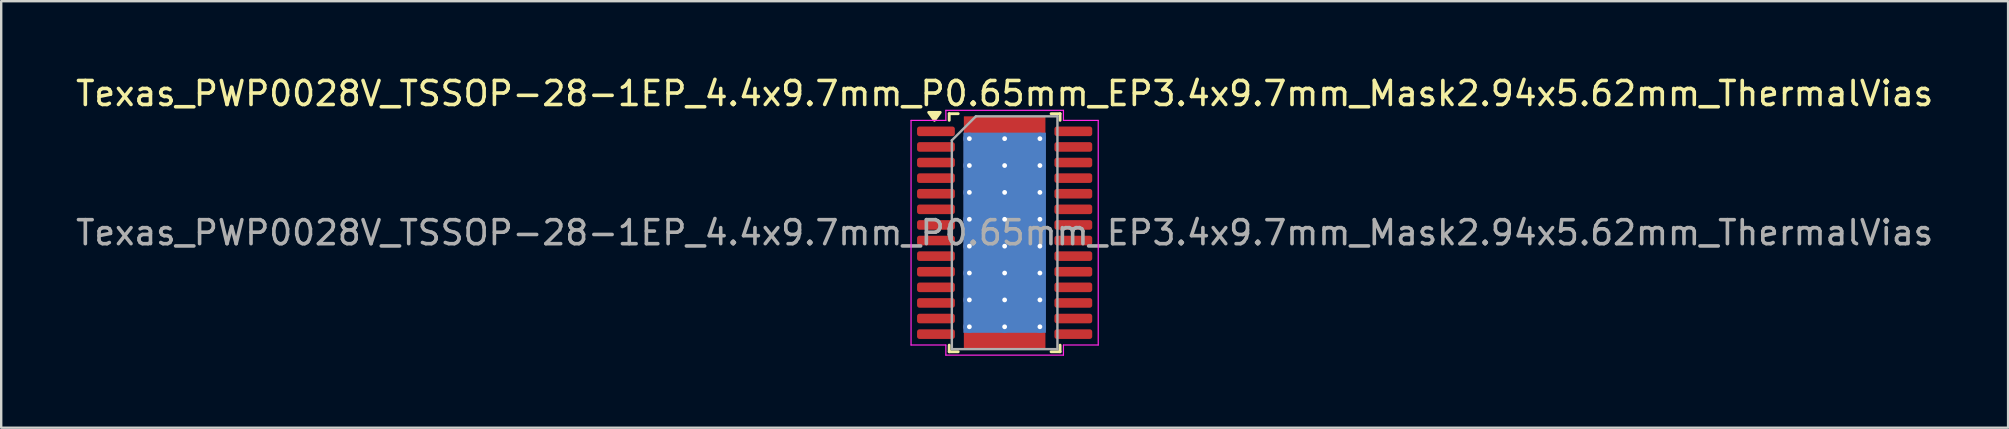
<source format=kicad_pcb>
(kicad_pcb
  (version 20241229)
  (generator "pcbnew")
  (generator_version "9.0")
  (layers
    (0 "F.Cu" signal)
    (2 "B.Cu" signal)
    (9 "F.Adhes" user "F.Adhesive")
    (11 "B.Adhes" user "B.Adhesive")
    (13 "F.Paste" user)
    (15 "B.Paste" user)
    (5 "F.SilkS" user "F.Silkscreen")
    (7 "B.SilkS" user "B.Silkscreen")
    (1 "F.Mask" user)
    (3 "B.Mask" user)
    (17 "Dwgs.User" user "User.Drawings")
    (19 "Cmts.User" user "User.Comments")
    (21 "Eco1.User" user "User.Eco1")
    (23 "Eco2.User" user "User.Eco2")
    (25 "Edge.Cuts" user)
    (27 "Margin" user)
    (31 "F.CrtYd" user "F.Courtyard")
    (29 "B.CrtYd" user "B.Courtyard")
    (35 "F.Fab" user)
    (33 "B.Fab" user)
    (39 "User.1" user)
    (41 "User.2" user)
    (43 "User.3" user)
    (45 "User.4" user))
  (footprint "Texas_PWP0028V_TSSOP-28-1EP_4.4x9.7mm_P0.65mm_EP3.4x9.7mm_Mask2.94x5.62mm_ThermalVias"
    (layer "F.Cu")
    (at 38.815 6.648)
    (property "Reference" "Texas_PWP0028V_TSSOP-28-1EP_4.4x9.7mm_P0.65mm_EP3.4x9.7mm_Mask2.94x5.62mm_ThermalVias" (at 0 -5.8 0) (layer "F.SilkS") (effects (font (size 1 1) (thickness 0.15))))
    (attr smd)
    (fp_line (start -2.31 -4.96) (end -2.31 -4.685) (stroke (width 0.12) (type solid)) (layer "F.SilkS"))
    (fp_line (start -2.31 4.96) (end -2.31 4.685) (stroke (width 0.12) (type solid)) (layer "F.SilkS"))
    (fp_line (start -1.936 -4.96) (end -2.31 -4.96) (stroke (width 0.12) (type solid)) (layer "F.SilkS"))
    (fp_line (start -1.936 4.96) (end -2.31 4.96) (stroke (width 0.12) (type solid)) (layer "F.SilkS"))
    (fp_line (start 1.936 -4.96) (end 2.31 -4.96) (stroke (width 0.12) (type solid)) (layer "F.SilkS"))
    (fp_line (start 1.936 4.96) (end 2.31 4.96) (stroke (width 0.12) (type solid)) (layer "F.SilkS"))
    (fp_line (start 2.31 -4.96) (end 2.31 -4.685) (stroke (width 0.12) (type solid)) (layer "F.SilkS"))
    (fp_line (start 2.31 4.96) (end 2.31 4.685) (stroke (width 0.12) (type solid)) (layer "F.SilkS"))
    (fp_poly (pts (xy -2.925 -4.685) (xy -3.165 -5.015) (xy -2.685 -5.015)) (stroke (width 0.12) (type solid)) (fill yes) (layer "F.SilkS"))
    (fp_line (start -3.9 -4.68) (end -2.45 -4.68) (stroke (width 0.05) (type solid)) (layer "F.CrtYd"))
    (fp_line (start -3.9 4.68) (end -3.9 -4.68) (stroke (width 0.05) (type solid)) (layer "F.CrtYd"))
    (fp_line (start -2.45 -5.1) (end 2.45 -5.1) (stroke (width 0.05) (type solid)) (layer "F.CrtYd"))
    (fp_line (start -2.45 -4.68) (end -2.45 -5.1) (stroke (width 0.05) (type solid)) (layer "F.CrtYd"))
    (fp_line (start -2.45 4.68) (end -3.9 4.68) (stroke (width 0.05) (type solid)) (layer "F.CrtYd"))
    (fp_line (start -2.45 5.1) (end -2.45 4.68) (stroke (width 0.05) (type solid)) (layer "F.CrtYd"))
    (fp_line (start 2.45 -5.1) (end 2.45 -4.68) (stroke (width 0.05) (type solid)) (layer "F.CrtYd"))
    (fp_line (start 2.45 -4.68) (end 3.9 -4.68) (stroke (width 0.05) (type solid)) (layer "F.CrtYd"))
    (fp_line (start 2.45 4.68) (end 2.45 5.1) (stroke (width 0.05) (type solid)) (layer "F.CrtYd"))
    (fp_line (start 2.45 5.1) (end -2.45 5.1) (stroke (width 0.05) (type solid)) (layer "F.CrtYd"))
    (fp_line (start 3.9 -4.68) (end 3.9 4.68) (stroke (width 0.05) (type solid)) (layer "F.CrtYd"))
    (fp_line (start 3.9 4.68) (end 2.45 4.68) (stroke (width 0.05) (type solid)) (layer "F.CrtYd"))
    (fp_line (start -2.2 -3.85) (end -1.2 -4.85) (stroke (width 0.1) (type solid)) (layer "F.Fab"))
    (fp_line (start -2.2 4.85) (end -2.2 -3.85) (stroke (width 0.1) (type solid)) (layer "F.Fab"))
    (fp_line (start -1.2 -4.85) (end 2.2 -4.85) (stroke (width 0.1) (type solid)) (layer "F.Fab"))
    (fp_line (start 2.2 -4.85) (end 2.2 4.85) (stroke (width 0.1) (type solid)) (layer "F.Fab"))
    (fp_line (start 2.2 4.85) (end -2.2 4.85) (stroke (width 0.1) (type solid)) (layer "F.Fab"))
    (fp_text user "${REFERENCE}" (at 0 0 0) (layer "F.Fab") (effects (font (size 1 1) (thickness 0.15))))
    (pad "" smd roundrect (at -0.735 -2.24) (size 1.27 0.97) (layers "F.Paste") (roundrect_rratio 0.25))
    (pad "" smd roundrect (at -0.735 -1.12) (size 1.27 0.97) (layers "F.Paste") (roundrect_rratio 0.25))
    (pad "" smd roundrect (at -0.735 0) (size 1.27 0.97) (layers "F.Paste") (roundrect_rratio 0.25))
    (pad "" smd roundrect (at -0.735 1.12) (size 1.27 0.97) (layers "F.Paste") (roundrect_rratio 0.25))
    (pad "" smd roundrect (at -0.735 2.24) (size 1.27 0.97) (layers "F.Paste") (roundrect_rratio 0.25))
    (pad "" smd rect (at 0 0) (size 2.94 5.62) (layers "F.Mask"))
    (pad "" smd roundrect (at 0.735 -2.24) (size 1.27 0.97) (layers "F.Paste") (roundrect_rratio 0.25))
    (pad "" smd roundrect (at 0.735 -1.12) (size 1.27 0.97) (layers "F.Paste") (roundrect_rratio 0.25))
    (pad "" smd roundrect (at 0.735 0) (size 1.27 0.97) (layers "F.Paste") (roundrect_rratio 0.25))
    (pad "" smd roundrect (at 0.735 1.12) (size 1.27 0.97) (layers "F.Paste") (roundrect_rratio 0.25))
    (pad "" smd roundrect (at 0.735 2.24) (size 1.27 0.97) (layers "F.Paste") (roundrect_rratio 0.25))
    (pad "1" smd roundrect (at -2.862 -4.225) (size 1.575 0.4) (layers "F.Cu" "F.Mask" "F.Paste") (roundrect_rratio 0.25))
    (pad "2" smd roundrect (at -2.862 -3.575) (size 1.575 0.4) (layers "F.Cu" "F.Mask" "F.Paste") (roundrect_rratio 0.25))
    (pad "3" smd roundrect (at -2.862 -2.925) (size 1.575 0.4) (layers "F.Cu" "F.Mask" "F.Paste") (roundrect_rratio 0.25))
    (pad "4" smd roundrect (at -2.862 -2.275) (size 1.575 0.4) (layers "F.Cu" "F.Mask" "F.Paste") (roundrect_rratio 0.25))
    (pad "5" smd roundrect (at -2.862 -1.625) (size 1.575 0.4) (layers "F.Cu" "F.Mask" "F.Paste") (roundrect_rratio 0.25))
    (pad "6" smd roundrect (at -2.862 -0.975) (size 1.575 0.4) (layers "F.Cu" "F.Mask" "F.Paste") (roundrect_rratio 0.25))
    (pad "7" smd roundrect (at -2.862 -0.325) (size 1.575 0.4) (layers "F.Cu" "F.Mask" "F.Paste") (roundrect_rratio 0.25))
    (pad "8" smd roundrect (at -2.862 0.325) (size 1.575 0.4) (layers "F.Cu" "F.Mask" "F.Paste") (roundrect_rratio 0.25))
    (pad "9" smd roundrect (at -2.862 0.975) (size 1.575 0.4) (layers "F.Cu" "F.Mask" "F.Paste") (roundrect_rratio 0.25))
    (pad "10" smd roundrect (at -2.862 1.625) (size 1.575 0.4) (layers "F.Cu" "F.Mask" "F.Paste") (roundrect_rratio 0.25))
    (pad "11" smd roundrect (at -2.862 2.275) (size 1.575 0.4) (layers "F.Cu" "F.Mask" "F.Paste") (roundrect_rratio 0.25))
    (pad "12" smd roundrect (at -2.862 2.925) (size 1.575 0.4) (layers "F.Cu" "F.Mask" "F.Paste") (roundrect_rratio 0.25))
    (pad "13" smd roundrect (at -2.862 3.575) (size 1.575 0.4) (layers "F.Cu" "F.Mask" "F.Paste") (roundrect_rratio 0.25))
    (pad "14" smd roundrect (at -2.862 4.225) (size 1.575 0.4) (layers "F.Cu" "F.Mask" "F.Paste") (roundrect_rratio 0.25))
    (pad "15" smd roundrect (at 2.862 4.225) (size 1.575 0.4) (layers "F.Cu" "F.Mask" "F.Paste") (roundrect_rratio 0.25))
    (pad "16" smd roundrect (at 2.862 3.575) (size 1.575 0.4) (layers "F.Cu" "F.Mask" "F.Paste") (roundrect_rratio 0.25))
    (pad "17" smd roundrect (at 2.862 2.925) (size 1.575 0.4) (layers "F.Cu" "F.Mask" "F.Paste") (roundrect_rratio 0.25))
    (pad "18" smd roundrect (at 2.862 2.275) (size 1.575 0.4) (layers "F.Cu" "F.Mask" "F.Paste") (roundrect_rratio 0.25))
    (pad "19" smd roundrect (at 2.862 1.625) (size 1.575 0.4) (layers "F.Cu" "F.Mask" "F.Paste") (roundrect_rratio 0.25))
    (pad "20" smd roundrect (at 2.862 0.975) (size 1.575 0.4) (layers "F.Cu" "F.Mask" "F.Paste") (roundrect_rratio 0.25))
    (pad "21" smd roundrect (at 2.862 0.325) (size 1.575 0.4) (layers "F.Cu" "F.Mask" "F.Paste") (roundrect_rratio 0.25))
    (pad "22" smd roundrect (at 2.862 -0.325) (size 1.575 0.4) (layers "F.Cu" "F.Mask" "F.Paste") (roundrect_rratio 0.25))
    (pad "23" smd roundrect (at 2.862 -0.975) (size 1.575 0.4) (layers "F.Cu" "F.Mask" "F.Paste") (roundrect_rratio 0.25))
    (pad "24" smd roundrect (at 2.862 -1.625) (size 1.575 0.4) (layers "F.Cu" "F.Mask" "F.Paste") (roundrect_rratio 0.25))
    (pad "25" smd roundrect (at 2.862 -2.275) (size 1.575 0.4) (layers "F.Cu" "F.Mask" "F.Paste") (roundrect_rratio 0.25))
    (pad "26" smd roundrect (at 2.862 -2.925) (size 1.575 0.4) (layers "F.Cu" "F.Mask" "F.Paste") (roundrect_rratio 0.25))
    (pad "27" smd roundrect (at 2.862 -3.575) (size 1.575 0.4) (layers "F.Cu" "F.Mask" "F.Paste") (roundrect_rratio 0.25))
    (pad "28" smd roundrect (at 2.862 -4.225) (size 1.575 0.4) (layers "F.Cu" "F.Mask" "F.Paste") (roundrect_rratio 0.25))
    (pad "29" thru_hole circle (at -1.47 -3.92) (size 0.5 0.5) (drill 0.2) (property pad_prop_heatsink) (layers "*.Cu"))
    (pad "29" thru_hole circle (at -1.47 -2.8) (size 0.5 0.5) (drill 0.2) (property pad_prop_heatsink) (layers "*.Cu"))
    (pad "29" thru_hole circle (at -1.47 -1.68) (size 0.5 0.5) (drill 0.2) (property pad_prop_heatsink) (layers "*.Cu"))
    (pad "29" thru_hole circle (at -1.47 -0.56) (size 0.5 0.5) (drill 0.2) (property pad_prop_heatsink) (layers "*.Cu"))
    (pad "29" thru_hole circle (at -1.47 0.56) (size 0.5 0.5) (drill 0.2) (property pad_prop_heatsink) (layers "*.Cu"))
    (pad "29" thru_hole circle (at -1.47 1.68) (size 0.5 0.5) (drill 0.2) (property pad_prop_heatsink) (layers "*.Cu"))
    (pad "29" thru_hole circle (at -1.47 2.8) (size 0.5 0.5) (drill 0.2) (property pad_prop_heatsink) (layers "*.Cu"))
    (pad "29" thru_hole circle (at -1.47 3.92) (size 0.5 0.5) (drill 0.2) (property pad_prop_heatsink) (layers "*.Cu"))
    (pad "29" thru_hole circle (at 0 -3.92) (size 0.5 0.5) (drill 0.2) (property pad_prop_heatsink) (layers "*.Cu"))
    (pad "29" thru_hole circle (at 0 -2.8) (size 0.5 0.5) (drill 0.2) (property pad_prop_heatsink) (layers "*.Cu"))
    (pad "29" thru_hole circle (at 0 -1.68) (size 0.5 0.5) (drill 0.2) (property pad_prop_heatsink) (layers "*.Cu"))
    (pad "29" thru_hole circle (at 0 -0.56) (size 0.5 0.5) (drill 0.2) (property pad_prop_heatsink) (layers "*.Cu"))
    (pad "29" smd rect (at 0 0) (size 3.4 9.7) (property pad_prop_heatsink) (layers "F.Cu"))
    (pad "29" smd rect (at 0 0) (size 3.44 8.34) (property pad_prop_heatsink) (layers "B.Cu"))
    (pad "29" thru_hole circle (at 0 0.56) (size 0.5 0.5) (drill 0.2) (property pad_prop_heatsink) (layers "*.Cu"))
    (pad "29" thru_hole circle (at 0 1.68) (size 0.5 0.5) (drill 0.2) (property pad_prop_heatsink) (layers "*.Cu"))
    (pad "29" thru_hole circle (at 0 2.8) (size 0.5 0.5) (drill 0.2) (property pad_prop_heatsink) (layers "*.Cu"))
    (pad "29" thru_hole circle (at 0 3.92) (size 0.5 0.5) (drill 0.2) (property pad_prop_heatsink) (layers "*.Cu"))
    (pad "29" thru_hole circle (at 1.47 -3.92) (size 0.5 0.5) (drill 0.2) (property pad_prop_heatsink) (layers "*.Cu"))
    (pad "29" thru_hole circle (at 1.47 -2.8) (size 0.5 0.5) (drill 0.2) (property pad_prop_heatsink) (layers "*.Cu"))
    (pad "29" thru_hole circle (at 1.47 -1.68) (size 0.5 0.5) (drill 0.2) (property pad_prop_heatsink) (layers "*.Cu"))
    (pad "29" thru_hole circle (at 1.47 -0.56) (size 0.5 0.5) (drill 0.2) (property pad_prop_heatsink) (layers "*.Cu"))
    (pad "29" thru_hole circle (at 1.47 0.56) (size 0.5 0.5) (drill 0.2) (property pad_prop_heatsink) (layers "*.Cu"))
    (pad "29" thru_hole circle (at 1.47 1.68) (size 0.5 0.5) (drill 0.2) (property pad_prop_heatsink) (layers "*.Cu"))
    (pad "29" thru_hole circle (at 1.47 2.8) (size 0.5 0.5) (drill 0.2) (property pad_prop_heatsink) (layers "*.Cu"))
    (pad "29" thru_hole circle (at 1.47 3.92) (size 0.5 0.5) (drill 0.2) (property pad_prop_heatsink) (layers "*.Cu")))
  (gr_rect
    (start -3 -3)
    (end 80.631 14.773)
    (stroke (width 0.1) (type default))
    (fill no)
    (layer "Edge.Cuts")))
</source>
